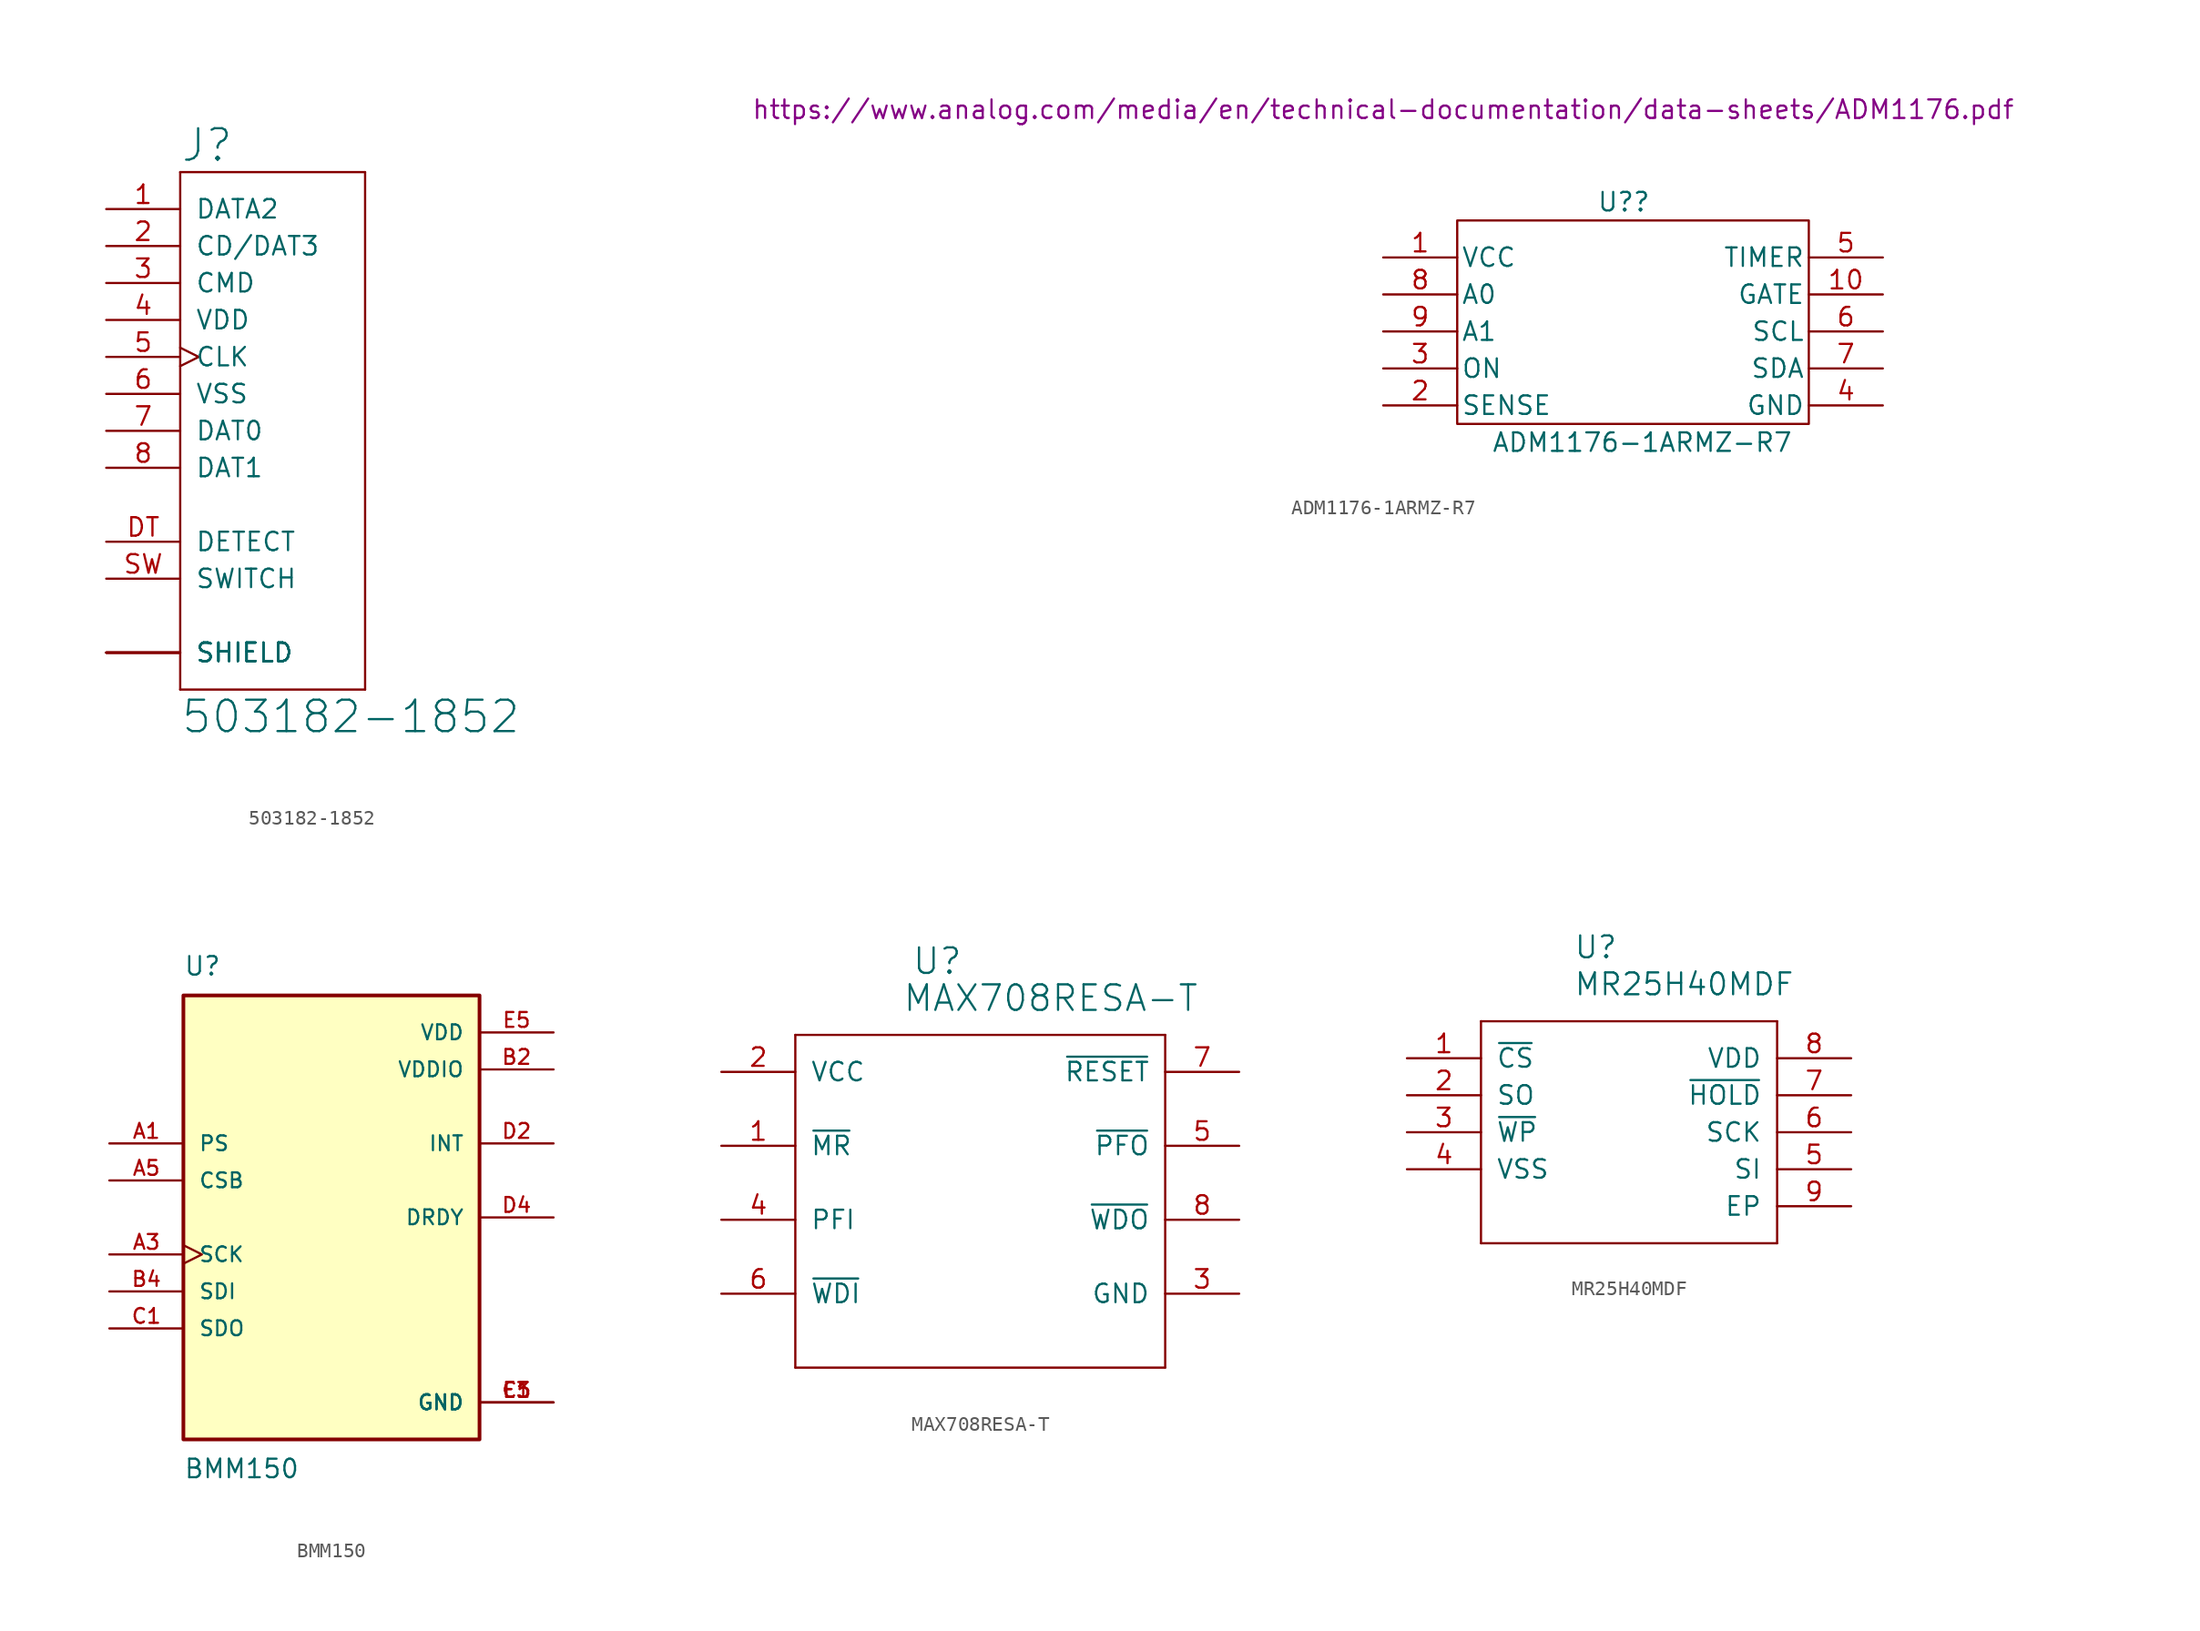
<source format=kicad_sym>
(kicad_symbol_lib
  (version 20220914)
  (generator kicad_symbol_editor)
  (symbol "503182-1852"
    (pin_names
      (offset 1.016))
    (property "Reference" "J"
      (at 0 18.364 0)
      (effects (font (size 2.159 2.159)) (justify left bottom)))
    (property "Value" "503182-1852"
      (at 0 -20.904 0)
      (effects (font (size 2.159 2.159)) (justify left bottom)))
    (symbol "503182-1852_1_0"
      (polyline (pts (xy 0 -17.78) (xy 12.7 -17.78)) (stroke (width 0) (type default)) (fill (type none)))
      (polyline (pts (xy 0 17.78) (xy 0 -17.78)) (stroke (width 0) (type default)) (fill (type none)))
      (polyline (pts (xy 12.7 -17.78) (xy 12.7 17.78)) (stroke (width 0) (type default)) (fill (type none)))
      (polyline (pts (xy 12.7 17.78) (xy 0 17.78)) (stroke (width 0) (type default)) (fill (type none)))
      (pin bidirectional line (at -5.08 15.24 0) (length 5.08) (name "DATA2" (effects (font (size 1.27 1.27)))) (number "1" (effects (font (size 1.27 1.27)))))
      (pin bidirectional line (at -5.08 12.7 0) (length 5.08) (name "CD/DAT3" (effects (font (size 1.27 1.27)))) (number "2" (effects (font (size 1.27 1.27)))))
      (pin bidirectional line (at -5.08 10.16 0) (length 5.08) (name "CMD" (effects (font (size 1.27 1.27)))) (number "3" (effects (font (size 1.27 1.27)))))
      (pin power_in line (at -5.08 7.62 0) (length 5.08) (name "VDD" (effects (font (size 1.27 1.27)))) (number "4" (effects (font (size 1.27 1.27)))))
      (pin bidirectional clock (at -5.08 5.08 0) (length 5.08) (name "CLK" (effects (font (size 1.27 1.27)))) (number "5" (effects (font (size 1.27 1.27)))))
      (pin power_in line (at -5.08 2.54 0) (length 5.08) (name "VSS" (effects (font (size 1.27 1.27)))) (number "6" (effects (font (size 1.27 1.27)))))
      (pin bidirectional line (at -5.08 0 0) (length 5.08) (name "DAT0" (effects (font (size 1.27 1.27)))) (number "7" (effects (font (size 1.27 1.27)))))
      (pin bidirectional line (at -5.08 -2.54 0) (length 5.08) (name "DAT1" (effects (font (size 1.27 1.27)))) (number "8" (effects (font (size 1.27 1.27)))))
      (pin bidirectional line (at -5.08 -7.62 0) (length 5.08) (name "DETECT" (effects (font (size 1.27 1.27)))) (number "DT" (effects (font (size 1.27 1.27)))))
      (pin passive line (at -5.08 -15.24 0) (length 5.08) (name "SHIELD" (effects (font (size 1.27 1.27)))) (number "P1" (effects (font (size 0 0)))))
      (pin passive line (at -5.08 -15.24 0) (length 5.08) (name "SHIELD" (effects (font (size 1.27 1.27)))) (number "P2" (effects (font (size 0 0)))))
      (pin passive line (at -5.08 -15.24 0) (length 5.08) (name "SHIELD" (effects (font (size 1.27 1.27)))) (number "P3" (effects (font (size 0 0)))))
      (pin passive line (at -5.08 -15.24 0) (length 5.08) (name "SHIELD" (effects (font (size 1.27 1.27)))) (number "P4" (effects (font (size 0 0)))))
      (pin passive line (at -5.08 -15.24 0) (length 5.08) (name "SHIELD" (effects (font (size 1.27 1.27)))) (number "P5" (effects (font (size 0 0)))))
      (pin bidirectional line (at -5.08 -10.16 0) (length 5.08) (name "SWITCH" (effects (font (size 1.27 1.27)))) (number "SW" (effects (font (size 1.27 1.27)))))))
  (symbol "ADM1176-1ARMZ-R7"
    (pin_names
      (offset 0.254))
    (property "Reference" "U?"
      (at 19.05 -10.16 0)
      (effects (font (size 1.27 1.27))))
    (property "Value" "ADM1176-1ARMZ-R7"
      (at 20.32 -26.67 0)
      (effects (font (size 1.27 1.27))))
    (property "Datasheet" "https://www.analog.com/media/en/technical-documentation/data-sheets/ADM1176.pdf"
      (at 2.54 -3.81 0)
      (effects (font (size 1.27 1.27))))
    (symbol "ADM1176-1ARMZ-R7_0_1"
      (rectangle (start 7.62 -11.43) (end 31.75 -25.4) (stroke (width 0) (type default)) (fill (type none))))
    (symbol "ADM1176-1ARMZ-R7_1_0"
      (pin power_in line (at 2.54 -13.97 0) (length 5.08) (name "VCC" (effects (font (size 1.27 1.27)))) (number "1" (effects (font (size 1.27 1.27)))))
      (pin output line (at 36.83 -16.51 180) (length 5.08) (name "GATE" (effects (font (size 1.27 1.27)))) (number "10" (effects (font (size 1.27 1.27)))))
      (pin input line (at 2.54 -24.13 0) (length 5.08) (name "SENSE" (effects (font (size 1.27 1.27)))) (number "2" (effects (font (size 1.27 1.27)))))
      (pin input line (at 2.54 -21.59 0) (length 5.08) (name "ON" (effects (font (size 1.27 1.27)))) (number "3" (effects (font (size 1.27 1.27)))))
      (pin power_in line (at 36.83 -24.13 180) (length 5.08) (name "GND" (effects (font (size 1.27 1.27)))) (number "4" (effects (font (size 1.27 1.27)))))
      (pin input line (at 36.83 -13.97 180) (length 5.08) (name "TIMER" (effects (font (size 1.27 1.27)))) (number "5" (effects (font (size 1.27 1.27)))))
      (pin input line (at 36.83 -19.05 180) (length 5.08) (name "SCL" (effects (font (size 1.27 1.27)))) (number "6" (effects (font (size 1.27 1.27)))))
      (pin bidirectional line (at 36.83 -21.59 180) (length 5.08) (name "SDA" (effects (font (size 1.27 1.27)))) (number "7" (effects (font (size 1.27 1.27)))))
      (pin input line (at 2.54 -16.51 0) (length 5.08) (name "A0" (effects (font (size 1.27 1.27)))) (number "8" (effects (font (size 1.27 1.27)))))
      (pin input line (at 2.54 -19.05 0) (length 5.08) (name "A1" (effects (font (size 1.27 1.27)))) (number "9" (effects (font (size 1.27 1.27)))))))
  (symbol "BMM150"
    (pin_names
      (offset 1.016))
    (property "Reference" "U"
      (at -10.16 16.51 0)
      (effects (font (size 1.27 1.27)) (justify left bottom)))
    (property "Value" "BMM150"
      (at -10.16 -16.51 0)
      (effects (font (size 1.27 1.27)) (justify left top)))
    (symbol "BMM150_0_0"
      (rectangle (start -10.16 -15.24) (end 10.16 15.24) (stroke (width 0.254) (type default)) (fill (type background)))
      (pin input line (at -15.24 5.08 0) (length 5.08) (name "PS" (effects (font (size 1.016 1.016)))) (number "A1" (effects (font (size 1.016 1.016)))))
      (pin input clock (at -15.24 -2.54 0) (length 5.08) (name "SCK" (effects (font (size 1.016 1.016)))) (number "A3" (effects (font (size 1.016 1.016)))))
      (pin input line (at -15.24 2.54 0) (length 5.08) (name "CSB" (effects (font (size 1.016 1.016)))) (number "A5" (effects (font (size 1.016 1.016)))))
      (pin power_in line (at 15.24 10.16 180) (length 5.08) (name "VDDIO" (effects (font (size 1.016 1.016)))) (number "B2" (effects (font (size 1.016 1.016)))))
      (pin bidirectional line (at -15.24 -5.08 0) (length 5.08) (name "SDI" (effects (font (size 1.016 1.016)))) (number "B4" (effects (font (size 1.016 1.016)))))
      (pin output line (at -15.24 -7.62 0) (length 5.08) (name "SDO" (effects (font (size 1.016 1.016)))) (number "C1" (effects (font (size 1.016 1.016)))))
      (pin power_in line (at 15.24 -12.7 180) (length 5.08) (name "GND" (effects (font (size 1.016 1.016)))) (number "C5" (effects (font (size 1.016 1.016)))))
      (pin output line (at 15.24 5.08 180) (length 5.08) (name "INT" (effects (font (size 1.016 1.016)))) (number "D2" (effects (font (size 1.016 1.016)))))
      (pin output line (at 15.24 0 180) (length 5.08) (name "DRDY" (effects (font (size 1.016 1.016)))) (number "D4" (effects (font (size 1.016 1.016)))))
      (pin power_in line (at 15.24 -12.7 180) (length 5.08) (name "GND" (effects (font (size 1.016 1.016)))) (number "E1" (effects (font (size 1.016 1.016)))))
      (pin power_in line (at 15.24 -12.7 180) (length 5.08) (name "GND" (effects (font (size 1.016 1.016)))) (number "E3" (effects (font (size 1.016 1.016)))))
      (pin power_in line (at 15.24 12.7 180) (length 5.08) (name "VDD" (effects (font (size 1.016 1.016)))) (number "E5" (effects (font (size 1.016 1.016)))))))
  (symbol "MAX708RESA-T"
    (pin_names
      (offset 1.016))
    (property "Reference" "U"
      (at 15.596 9.119 0)
      (effects (font (size 1.753 1.753)) (justify left bottom)))
    (property "Value" "MAX708RESA-T"
      (at 14.961 6.579 0)
      (effects (font (size 1.753 1.753)) (justify left bottom)))
    (symbol "MAX708RESA-T_1_0"
      (polyline (pts (xy 7.62 -17.78) (xy 33.02 -17.78)) (stroke (width 0) (type default)) (fill (type none)))
      (polyline (pts (xy 7.62 5.08) (xy 7.62 -17.78)) (stroke (width 0) (type default)) (fill (type none)))
      (polyline (pts (xy 33.02 -17.78) (xy 33.02 5.08)) (stroke (width 0) (type default)) (fill (type none)))
      (polyline (pts (xy 33.02 5.08) (xy 7.62 5.08)) (stroke (width 0) (type default)) (fill (type none)))
      (pin input line (at 2.54 -2.54 0) (length 5.08) (name "~{MR}" (effects (font (size 1.27 1.27)))) (number "1" (effects (font (size 1.27 1.27)))))
      (pin power_in line (at 2.54 2.54 0) (length 5.08) (name "VCC" (effects (font (size 1.27 1.27)))) (number "2" (effects (font (size 1.27 1.27)))))
      (pin power_in line (at 38.1 -12.7 180) (length 5.08) (name "GND" (effects (font (size 1.27 1.27)))) (number "3" (effects (font (size 1.27 1.27)))))
      (pin input line (at 2.54 -7.62 0) (length 5.08) (name "PFI" (effects (font (size 1.27 1.27)))) (number "4" (effects (font (size 1.27 1.27)))))
      (pin output line (at 38.1 -2.54 180) (length 5.08) (name "~{PFO}" (effects (font (size 1.27 1.27)))) (number "5" (effects (font (size 1.27 1.27)))))
      (pin input line (at 2.54 -12.7 0) (length 5.08) (name "~{WDI}" (effects (font (size 1.27 1.27)))) (number "6" (effects (font (size 1.27 1.27)))))
      (pin output line (at 38.1 2.54 180) (length 5.08) (name "~{RESET}" (effects (font (size 1.27 1.27)))) (number "7" (effects (font (size 1.27 1.27)))))
      (pin output line (at 38.1 -7.62 180) (length 5.08) (name "~{WDO}" (effects (font (size 1.27 1.27)))) (number "8" (effects (font (size 1.27 1.27)))))))
  (symbol "MR25H40MDF"
    (pin_names
      (offset 1.016))
    (property "Reference" "U"
      (at 11.43 7.62 0)
      (effects (font (size 1.499 1.499)) (justify left)))
    (property "Value" "MR25H40MDF"
      (at 11.43 5.08 0)
      (effects (font (size 1.499 1.499)) (justify left)))
    (symbol "MR25H40MDF_1_0"
      (polyline (pts (xy 5.08 2.54) (xy 5.08 -12.7)) (stroke (width 0) (type default)) (fill (type none)))
      (polyline (pts (xy 5.08 2.54) (xy 25.4 2.54)) (stroke (width 0) (type default)) (fill (type none)))
      (polyline (pts (xy 25.4 -12.7) (xy 5.08 -12.7)) (stroke (width 0) (type default)) (fill (type none)))
      (polyline (pts (xy 25.4 -12.7) (xy 25.4 2.54)) (stroke (width 0) (type default)) (fill (type none)))
      (pin bidirectional line (at 0 0 0) (length 5.08) (name "~{CS}" (effects (font (size 1.27 1.27)))) (number "1" (effects (font (size 1.27 1.27)))))
      (pin bidirectional line (at 0 -2.54 0) (length 5.08) (name "SO" (effects (font (size 1.27 1.27)))) (number "2" (effects (font (size 1.27 1.27)))))
      (pin bidirectional line (at 0 -5.08 0) (length 5.08) (name "~{WP}" (effects (font (size 1.27 1.27)))) (number "3" (effects (font (size 1.27 1.27)))))
      (pin bidirectional line (at 0 -7.62 0) (length 5.08) (name "VSS" (effects (font (size 1.27 1.27)))) (number "4" (effects (font (size 1.27 1.27)))))
      (pin bidirectional line (at 30.48 -7.62 180) (length 5.08) (name "SI" (effects (font (size 1.27 1.27)))) (number "5" (effects (font (size 1.27 1.27)))))
      (pin bidirectional line (at 30.48 -5.08 180) (length 5.08) (name "SCK" (effects (font (size 1.27 1.27)))) (number "6" (effects (font (size 1.27 1.27)))))
      (pin bidirectional line (at 30.48 -2.54 180) (length 5.08) (name "~{HOLD}" (effects (font (size 1.27 1.27)))) (number "7" (effects (font (size 1.27 1.27)))))
      (pin bidirectional line (at 30.48 0 180) (length 5.08) (name "VDD" (effects (font (size 1.27 1.27)))) (number "8" (effects (font (size 1.27 1.27)))))
      (pin bidirectional line (at 30.48 -10.16 180) (length 5.08) (name "EP" (effects (font (size 1.27 1.27)))) (number "9" (effects (font (size 1.27 1.27))))))))
</source>
